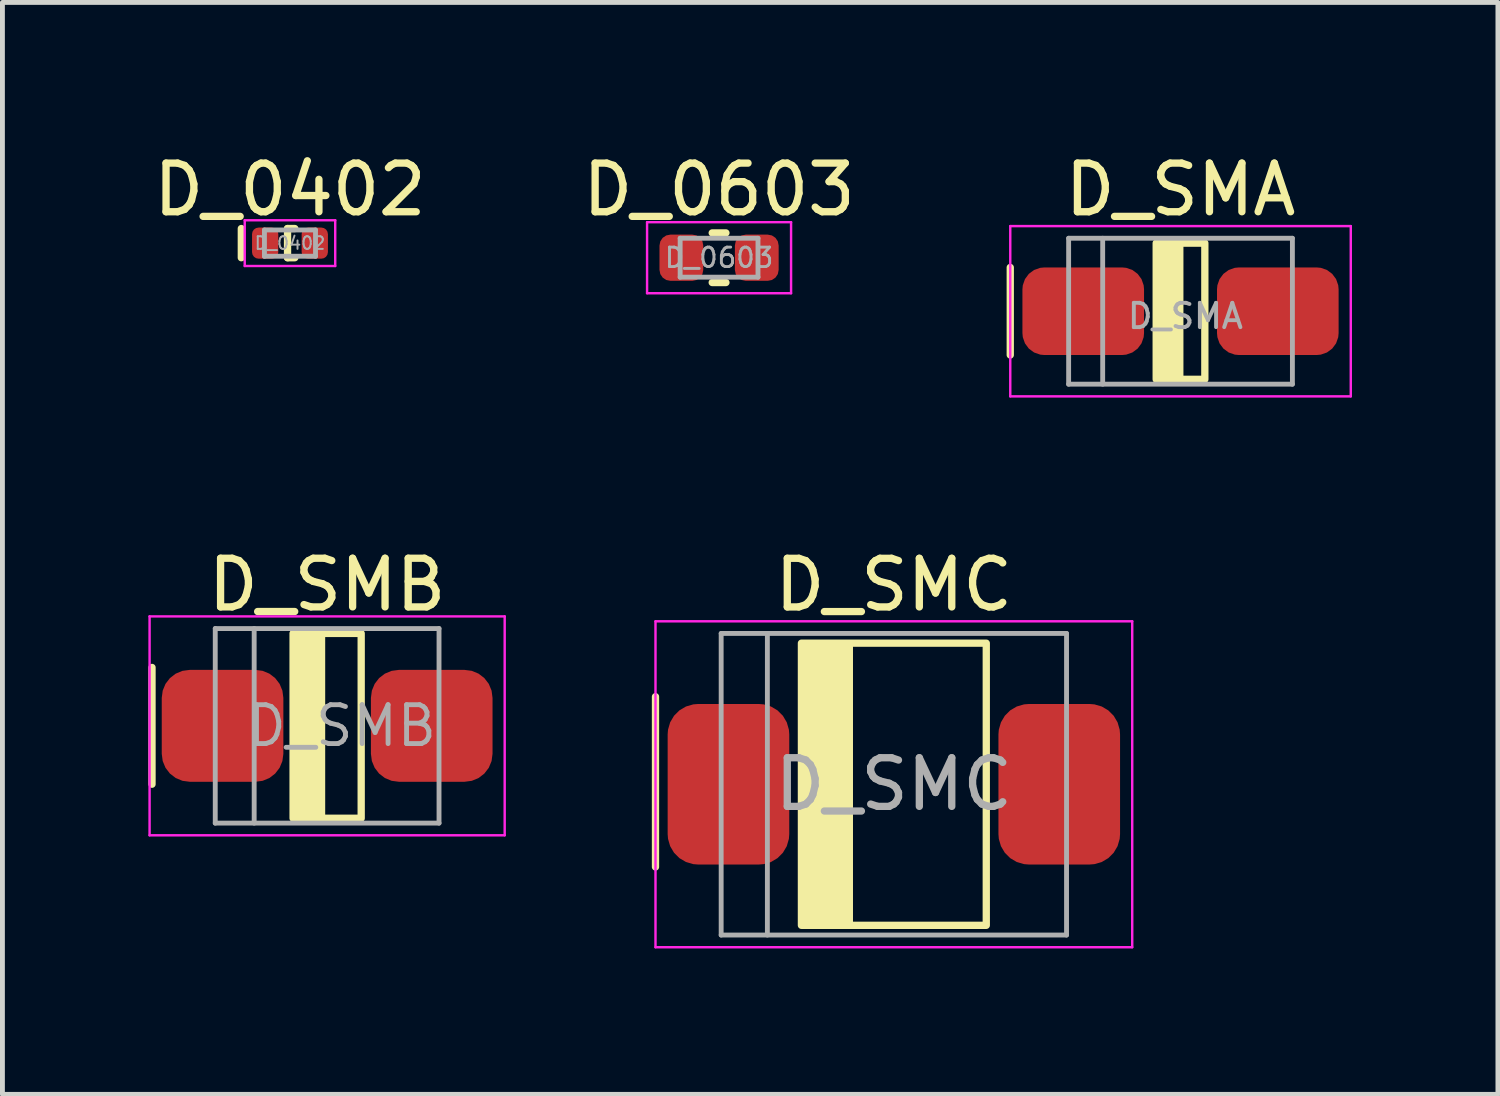
<source format=kicad_pcb>
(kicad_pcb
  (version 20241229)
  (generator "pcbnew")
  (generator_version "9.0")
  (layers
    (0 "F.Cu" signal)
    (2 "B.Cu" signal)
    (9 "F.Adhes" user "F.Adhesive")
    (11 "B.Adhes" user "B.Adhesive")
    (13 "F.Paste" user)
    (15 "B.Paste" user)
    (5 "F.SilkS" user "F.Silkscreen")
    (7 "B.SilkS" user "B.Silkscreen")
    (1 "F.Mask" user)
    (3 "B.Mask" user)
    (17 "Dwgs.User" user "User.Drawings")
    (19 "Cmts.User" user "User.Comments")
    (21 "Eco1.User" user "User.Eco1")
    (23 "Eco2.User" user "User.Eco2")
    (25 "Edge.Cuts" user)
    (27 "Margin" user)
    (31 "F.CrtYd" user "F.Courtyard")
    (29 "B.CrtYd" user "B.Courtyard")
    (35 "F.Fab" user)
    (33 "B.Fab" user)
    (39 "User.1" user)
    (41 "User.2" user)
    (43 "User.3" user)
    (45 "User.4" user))
  (footprint "D_0603"
    (layer "F.Cu")
    (at 11.732 2.248)
    (property "Reference" "D_0603" (at 0 -1.4 0) (layer "F.SilkS") (effects (font (size 1 1) (thickness 0.15))))
    (attr smd)
    (fp_line (start -0.141 -0.51) (end 0.141 -0.51) (stroke (width 0.15) (type solid)) (layer "F.SilkS"))
    (fp_line (start -0.141 0.51) (end 0.141 0.51) (stroke (width 0.15) (type solid)) (layer "F.SilkS"))
    (fp_line (start -1.48 -0.73) (end 1.48 -0.73) (stroke (width 0.05) (type solid)) (layer "F.CrtYd"))
    (fp_line (start -1.48 0.73) (end -1.48 -0.73) (stroke (width 0.05) (type solid)) (layer "F.CrtYd"))
    (fp_line (start 1.48 -0.73) (end 1.48 0.73) (stroke (width 0.05) (type solid)) (layer "F.CrtYd"))
    (fp_line (start 1.48 0.73) (end -1.48 0.73) (stroke (width 0.05) (type solid)) (layer "F.CrtYd"))
    (fp_line (start -0.8 -0.4) (end 0.8 -0.4) (stroke (width 0.1) (type solid)) (layer "F.Fab"))
    (fp_line (start -0.8 0.4) (end -0.8 -0.4) (stroke (width 0.1) (type solid)) (layer "F.Fab"))
    (fp_line (start 0.8 -0.4) (end 0.8 0.4) (stroke (width 0.1) (type solid)) (layer "F.Fab"))
    (fp_line (start 0.8 0.4) (end -0.8 0.4) (stroke (width 0.1) (type solid)) (layer "F.Fab"))
    (fp_text user "${REFERENCE}" (at 0 0 0) (layer "F.Fab") (effects (font (size 0.4 0.4) (thickness 0.06))))
    (pad "1" smd roundrect (at -0.775 0) (size 0.9 0.95) (layers "F.Cu" "F.Mask" "F.Paste") (roundrect_rratio 0.25))
    (pad "2" smd roundrect (at 0.775 0) (size 0.9 0.95) (layers "F.Cu" "F.Mask" "F.Paste") (roundrect_rratio 0.25)))
  (footprint "D_SMA"
    (layer "F.Cu")
    (at 21.218 3.348)
    (property "Reference" "D_SMA" (at 0 -2.5 0) (layer "F.SilkS") (effects (font (size 1 1) (thickness 0.15))))
    (attr smd)
    (fp_line (start -3.5 -0.9) (end -3.5 0.9) (stroke (width 0.15) (type solid)) (layer "F.SilkS"))
    (fp_rect (start -0.5 -1.4) (end 0 1.4) (stroke (width 0.12) (type solid)) (fill yes) (layer "F.SilkS"))
    (fp_rect (start -0.5 -1.4) (end 0.5 1.4) (stroke (width 0.15) (type solid)) (fill no) (layer "F.SilkS"))
    (fp_line (start -3.5 -1.75) (end 3.5 -1.75) (stroke (width 0.05) (type solid)) (layer "F.CrtYd"))
    (fp_line (start -3.5 1.75) (end -3.5 -1.75) (stroke (width 0.05) (type solid)) (layer "F.CrtYd"))
    (fp_line (start 3.5 -1.75) (end 3.5 1.75) (stroke (width 0.05) (type solid)) (layer "F.CrtYd"))
    (fp_line (start 3.5 1.75) (end -3.5 1.75) (stroke (width 0.05) (type solid)) (layer "F.CrtYd"))
    (fp_line (start -2.3 1.5) (end -2.3 -1.5) (stroke (width 0.1) (type solid)) (layer "F.Fab"))
    (fp_line (start -1.6 -1.5) (end -1.6 1.5) (stroke (width 0.1) (type solid)) (layer "F.Fab"))
    (fp_line (start 2.3 -1.5) (end -2.3 -1.5) (stroke (width 0.1) (type solid)) (layer "F.Fab"))
    (fp_line (start 2.3 -1.5) (end 2.3 1.5) (stroke (width 0.1) (type solid)) (layer "F.Fab"))
    (fp_line (start 2.3 1.5) (end -2.3 1.5) (stroke (width 0.1) (type solid)) (layer "F.Fab"))
    (fp_text user "${REFERENCE}" (at 0.1 0.1 0) (layer "F.Fab") (effects (font (size 0.5 0.5) (thickness 0.08))))
    (pad "1" smd roundrect (at -2 0) (size 2.5 1.8) (layers "F.Cu" "F.Mask" "F.Paste") (roundrect_rratio 0.25))
    (pad "2" smd roundrect (at 2 0) (size 2.5 1.8) (layers "F.Cu" "F.Mask" "F.Paste") (roundrect_rratio 0.25)))
  (footprint "D_SMC"
    (layer "F.Cu")
    (at 15.325 13.072)
    (property "Reference" "D_SMC" (at 0 -4.1 0) (layer "F.SilkS") (effects (font (size 1 1) (thickness 0.15))))
    (attr through_hole)
    (fp_line (start -4.9 1.7) (end -4.9 -1.8) (stroke (width 0.15) (type solid)) (layer "F.SilkS"))
    (fp_rect (start -1.9 -2.9) (end 1.9 2.9) (stroke (width 0.15) (type solid)) (fill no) (layer "F.SilkS"))
    (fp_rect (start -1.85 -2.9) (end -0.9 2.9) (stroke (width 0.12) (type solid)) (fill yes) (layer "F.SilkS"))
    (fp_line (start -4.9 -3.35) (end 4.9 -3.35) (stroke (width 0.05) (type solid)) (layer "F.CrtYd"))
    (fp_line (start -4.9 3.35) (end -4.9 -3.35) (stroke (width 0.05) (type solid)) (layer "F.CrtYd"))
    (fp_line (start 4.9 -3.35) (end 4.9 3.35) (stroke (width 0.05) (type solid)) (layer "F.CrtYd"))
    (fp_line (start 4.9 3.35) (end -4.9 3.35) (stroke (width 0.05) (type solid)) (layer "F.CrtYd"))
    (fp_line (start -3.55 3.1) (end -3.55 -3.1) (stroke (width 0.1) (type solid)) (layer "F.Fab"))
    (fp_line (start -2.6 -3.1) (end -2.6 3.1) (stroke (width 0.1) (type solid)) (layer "F.Fab"))
    (fp_line (start 3.55 -3.1) (end -3.55 -3.1) (stroke (width 0.1) (type solid)) (layer "F.Fab"))
    (fp_line (start 3.55 -3.1) (end 3.55 3.1) (stroke (width 0.1) (type solid)) (layer "F.Fab"))
    (fp_line (start 3.55 3.1) (end -3.55 3.1) (stroke (width 0.1) (type solid)) (layer "F.Fab"))
    (fp_text user "${REFERENCE}" (at 0 0 0) (layer "F.Fab") (effects (font (size 1 1) (thickness 0.15))))
    (pad "1" smd roundrect (at -3.4 0 90) (size 3.3 2.5) (layers "F.Cu" "F.Mask" "F.Paste") (roundrect_rratio 0.25))
    (pad "2" smd roundrect (at 3.4 0 90) (size 3.3 2.5) (layers "F.Cu" "F.Mask" "F.Paste") (roundrect_rratio 0.25)))
  (footprint "D_0402"
    (layer "F.Cu")
    (at 2.911 1.948)
    (property "Reference" "D_0402" (at 0 -1.1 0) (layer "F.SilkS") (effects (font (size 1 1) (thickness 0.15))))
    (attr smd)
    (fp_line (start -1 -0.3) (end -1 0.3) (stroke (width 0.15) (type solid)) (layer "F.SilkS"))
    (fp_line (start -0.05 -0.3) (end -0.05 0.3) (stroke (width 0.15) (type default)) (layer "F.SilkS"))
    (fp_line (start -0.05 -0.3) (end 0.1 -0.3) (stroke (width 0.15) (type solid)) (layer "F.SilkS"))
    (fp_line (start -0.05 0.3) (end 0.1 0.3) (stroke (width 0.15) (type solid)) (layer "F.SilkS"))
    (fp_line (start -0.93 -0.47) (end 0.93 -0.47) (stroke (width 0.05) (type solid)) (layer "F.CrtYd"))
    (fp_line (start -0.93 0.47) (end -0.93 -0.47) (stroke (width 0.05) (type solid)) (layer "F.CrtYd"))
    (fp_line (start 0.93 -0.47) (end 0.93 0.47) (stroke (width 0.05) (type solid)) (layer "F.CrtYd"))
    (fp_line (start 0.93 0.47) (end -0.93 0.47) (stroke (width 0.05) (type solid)) (layer "F.CrtYd"))
    (fp_line (start -0.525 -0.27) (end 0.525 -0.27) (stroke (width 0.1) (type solid)) (layer "F.Fab"))
    (fp_line (start -0.525 0.27) (end -0.525 -0.27) (stroke (width 0.1) (type solid)) (layer "F.Fab"))
    (fp_line (start 0.525 -0.27) (end 0.525 0.27) (stroke (width 0.1) (type solid)) (layer "F.Fab"))
    (fp_line (start 0.525 0.27) (end -0.525 0.27) (stroke (width 0.1) (type solid)) (layer "F.Fab"))
    (fp_text user "${REFERENCE}" (at 0 0 0) (layer "F.Fab") (effects (font (size 0.26 0.26) (thickness 0.04))))
    (pad "1" smd roundrect (at -0.51 0) (size 0.54 0.64) (layers "F.Cu" "F.Mask" "F.Paste") (roundrect_rratio 0.25))
    (pad "2" smd roundrect (at 0.51 0) (size 0.54 0.64) (layers "F.Cu" "F.Mask" "F.Paste") (roundrect_rratio 0.25)))
  (footprint "D_SMB"
    (layer "F.Cu")
    (at 3.675 11.871)
    (property "Reference" "D_SMB" (at 0 -2.9 0) (layer "F.SilkS") (effects (font (size 1 1) (thickness 0.15))))
    (attr smd)
    (fp_line (start -3.6 -1.2) (end -3.6 1.2) (stroke (width 0.15) (type solid)) (layer "F.SilkS"))
    (fp_rect (start -0.7 -1.9) (end -0.1 1.9) (stroke (width 0.12) (type solid)) (fill yes) (layer "F.SilkS"))
    (fp_rect (start -0.7 -1.9) (end 0.7 1.9) (stroke (width 0.15) (type solid)) (fill no) (layer "F.SilkS"))
    (fp_line (start -3.65 -2.25) (end 3.65 -2.25) (stroke (width 0.05) (type solid)) (layer "F.CrtYd"))
    (fp_line (start -3.65 2.25) (end -3.65 -2.25) (stroke (width 0.05) (type solid)) (layer "F.CrtYd"))
    (fp_line (start 3.65 -2.25) (end 3.65 2.25) (stroke (width 0.05) (type solid)) (layer "F.CrtYd"))
    (fp_line (start 3.65 2.25) (end -3.65 2.25) (stroke (width 0.05) (type solid)) (layer "F.CrtYd"))
    (fp_line (start -2.3 2) (end -2.3 -2) (stroke (width 0.1) (type solid)) (layer "F.Fab"))
    (fp_line (start -1.5 -2) (end -1.5 2) (stroke (width 0.1) (type solid)) (layer "F.Fab"))
    (fp_line (start 2.3 -2) (end -2.3 -2) (stroke (width 0.1) (type solid)) (layer "F.Fab"))
    (fp_line (start 2.3 -2) (end 2.3 2) (stroke (width 0.1) (type solid)) (layer "F.Fab"))
    (fp_line (start 2.3 2) (end -2.3 2) (stroke (width 0.1) (type solid)) (layer "F.Fab"))
    (fp_text user "${REFERENCE}" (at 0.3 0 0) (layer "F.Fab") (effects (font (size 0.8 0.8) (thickness 0.1))))
    (pad "1" smd roundrect (at -2.15 0) (size 2.5 2.3) (layers "F.Cu" "F.Mask" "F.Paste") (roundrect_rratio 0.25))
    (pad "2" smd roundrect (at 2.15 0) (size 2.5 2.3) (layers "F.Cu" "F.Mask" "F.Paste") (roundrect_rratio 0.25)))
  (gr_rect
    (start -3 -3)
    (end 27.743 19.447)
    (stroke (width 0.1) (type default))
    (fill no)
    (layer "Edge.Cuts")))
</source>
